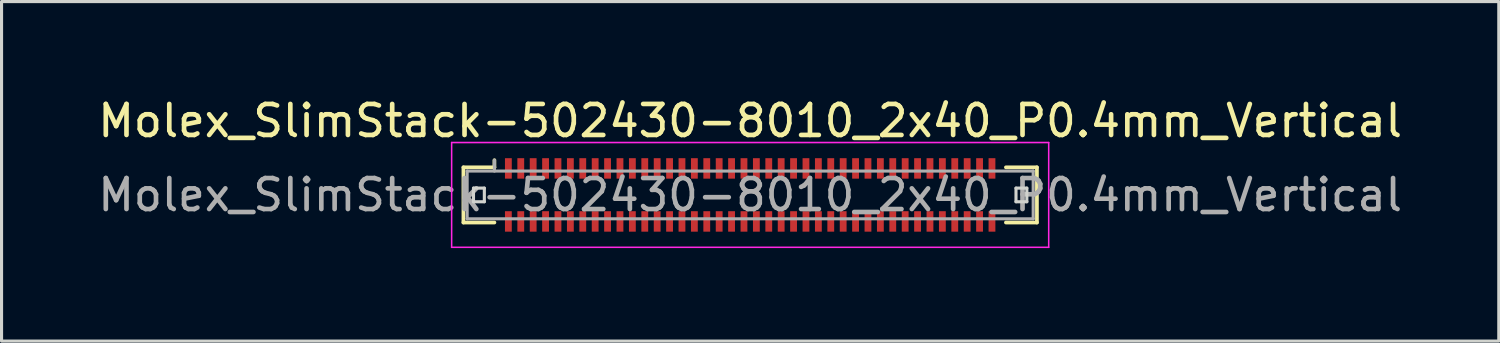
<source format=kicad_pcb>
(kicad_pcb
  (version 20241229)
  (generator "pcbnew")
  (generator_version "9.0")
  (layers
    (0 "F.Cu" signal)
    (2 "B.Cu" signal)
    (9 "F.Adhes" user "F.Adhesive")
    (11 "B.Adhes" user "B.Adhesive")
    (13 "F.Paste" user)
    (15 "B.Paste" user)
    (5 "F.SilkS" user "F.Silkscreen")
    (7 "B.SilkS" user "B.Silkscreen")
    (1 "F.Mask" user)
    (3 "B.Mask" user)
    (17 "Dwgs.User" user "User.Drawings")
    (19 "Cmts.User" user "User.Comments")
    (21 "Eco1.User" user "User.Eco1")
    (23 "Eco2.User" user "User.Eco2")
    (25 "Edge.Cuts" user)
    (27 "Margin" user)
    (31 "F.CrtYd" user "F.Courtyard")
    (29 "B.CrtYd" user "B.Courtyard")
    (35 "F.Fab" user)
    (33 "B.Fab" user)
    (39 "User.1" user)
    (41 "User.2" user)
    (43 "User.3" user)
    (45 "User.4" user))
  (footprint "Molex_SlimStack-502430-8010_2x40_P0.4mm_Vertical"
    (layer "F.Cu")
    (at 21.149 3.238)
    (property "Reference" "Molex_SlimStack-502430-8010_2x40_P0.4mm_Vertical" (at 0 -2.39 0) (layer "F.SilkS") (effects (font (size 1 1) (thickness 0.15))))
    (attr smd)
    (fp_line (start -9.25 -0.89) (end -8.25 -0.89) (stroke (width 0.12) (type solid)) (layer "F.SilkS"))
    (fp_line (start -9.25 0.89) (end -9.25 -0.89) (stroke (width 0.12) (type solid)) (layer "F.SilkS"))
    (fp_line (start -8.25 -0.89) (end -8.25 -1.12) (stroke (width 0.12) (type solid)) (layer "F.SilkS"))
    (fp_line (start -8.25 0.89) (end -9.25 0.89) (stroke (width 0.12) (type solid)) (layer "F.SilkS"))
    (fp_line (start 8.25 0.89) (end 9.25 0.89) (stroke (width 0.12) (type solid)) (layer "F.SilkS"))
    (fp_line (start 9.25 -0.89) (end 8.25 -0.89) (stroke (width 0.12) (type solid)) (layer "F.SilkS"))
    (fp_line (start 9.25 0.89) (end 9.25 -0.89) (stroke (width 0.12) (type solid)) (layer "F.SilkS"))
    (fp_line (start -8.925 -0.22) (end -8.925 0.22) (stroke (width 0.1) (type solid)) (layer "Edge.Cuts"))
    (fp_line (start -8.925 0.22) (end -8.575 0.22) (stroke (width 0.1) (type solid)) (layer "Edge.Cuts"))
    (fp_line (start -8.575 -0.22) (end -8.925 -0.22) (stroke (width 0.1) (type solid)) (layer "Edge.Cuts"))
    (fp_line (start -8.575 0.22) (end -8.575 -0.22) (stroke (width 0.1) (type solid)) (layer "Edge.Cuts"))
    (fp_line (start 8.575 -0.22) (end 8.575 0.22) (stroke (width 0.1) (type solid)) (layer "Edge.Cuts"))
    (fp_line (start 8.575 0.22) (end 8.925 0.22) (stroke (width 0.1) (type solid)) (layer "Edge.Cuts"))
    (fp_line (start 8.925 -0.22) (end 8.575 -0.22) (stroke (width 0.1) (type solid)) (layer "Edge.Cuts"))
    (fp_line (start 8.925 0.22) (end 8.925 -0.22) (stroke (width 0.1) (type solid)) (layer "Edge.Cuts"))
    (fp_line (start -9.63 -1.69) (end -9.63 1.69) (stroke (width 0.05) (type solid)) (layer "F.CrtYd"))
    (fp_line (start -9.63 1.69) (end 9.63 1.69) (stroke (width 0.05) (type solid)) (layer "F.CrtYd"))
    (fp_line (start 9.63 -1.69) (end -9.63 -1.69) (stroke (width 0.05) (type solid)) (layer "F.CrtYd"))
    (fp_line (start 9.63 1.69) (end 9.63 -1.69) (stroke (width 0.05) (type solid)) (layer "F.CrtYd"))
    (fp_line (start -9.13 -0.77) (end -9.13 0.77) (stroke (width 0.1) (type solid)) (layer "F.Fab"))
    (fp_line (start -9.13 0.77) (end 9.13 0.77) (stroke (width 0.1) (type solid)) (layer "F.Fab"))
    (fp_line (start -8.25 -0.77) (end -8.25 -1.12) (stroke (width 0.1) (type solid)) (layer "F.Fab"))
    (fp_line (start 9.13 -0.77) (end -9.13 -0.77) (stroke (width 0.1) (type solid)) (layer "F.Fab"))
    (fp_line (start 9.13 0.77) (end 9.13 -0.77) (stroke (width 0.1) (type solid)) (layer "F.Fab"))
    (fp_text user "${REFERENCE}" (at 0 0 0) (layer "F.Fab") (effects (font (size 1 1) (thickness 0.15))))
    (pad "1" smd rect (at -7.8 -0.855) (size 0.22 0.66) (layers "F.Cu" "F.Mask" "F.Paste"))
    (pad "2" smd rect (at -7.8 0.855) (size 0.22 0.66) (layers "F.Cu" "F.Mask" "F.Paste"))
    (pad "3" smd rect (at -7.4 -0.855) (size 0.22 0.66) (layers "F.Cu" "F.Mask" "F.Paste"))
    (pad "4" smd rect (at -7.4 0.855) (size 0.22 0.66) (layers "F.Cu" "F.Mask" "F.Paste"))
    (pad "5" smd rect (at -7 -0.855) (size 0.22 0.66) (layers "F.Cu" "F.Mask" "F.Paste"))
    (pad "6" smd rect (at -7 0.855) (size 0.22 0.66) (layers "F.Cu" "F.Mask" "F.Paste"))
    (pad "7" smd rect (at -6.6 -0.855) (size 0.22 0.66) (layers "F.Cu" "F.Mask" "F.Paste"))
    (pad "8" smd rect (at -6.6 0.855) (size 0.22 0.66) (layers "F.Cu" "F.Mask" "F.Paste"))
    (pad "9" smd rect (at -6.2 -0.855) (size 0.22 0.66) (layers "F.Cu" "F.Mask" "F.Paste"))
    (pad "10" smd rect (at -6.2 0.855) (size 0.22 0.66) (layers "F.Cu" "F.Mask" "F.Paste"))
    (pad "11" smd rect (at -5.8 -0.855) (size 0.22 0.66) (layers "F.Cu" "F.Mask" "F.Paste"))
    (pad "12" smd rect (at -5.8 0.855) (size 0.22 0.66) (layers "F.Cu" "F.Mask" "F.Paste"))
    (pad "13" smd rect (at -5.4 -0.855) (size 0.22 0.66) (layers "F.Cu" "F.Mask" "F.Paste"))
    (pad "14" smd rect (at -5.4 0.855) (size 0.22 0.66) (layers "F.Cu" "F.Mask" "F.Paste"))
    (pad "15" smd rect (at -5 -0.855) (size 0.22 0.66) (layers "F.Cu" "F.Mask" "F.Paste"))
    (pad "16" smd rect (at -5 0.855) (size 0.22 0.66) (layers "F.Cu" "F.Mask" "F.Paste"))
    (pad "17" smd rect (at -4.6 -0.855) (size 0.22 0.66) (layers "F.Cu" "F.Mask" "F.Paste"))
    (pad "18" smd rect (at -4.6 0.855) (size 0.22 0.66) (layers "F.Cu" "F.Mask" "F.Paste"))
    (pad "19" smd rect (at -4.2 -0.855) (size 0.22 0.66) (layers "F.Cu" "F.Mask" "F.Paste"))
    (pad "20" smd rect (at -4.2 0.855) (size 0.22 0.66) (layers "F.Cu" "F.Mask" "F.Paste"))
    (pad "21" smd rect (at -3.8 -0.855) (size 0.22 0.66) (layers "F.Cu" "F.Mask" "F.Paste"))
    (pad "22" smd rect (at -3.8 0.855) (size 0.22 0.66) (layers "F.Cu" "F.Mask" "F.Paste"))
    (pad "23" smd rect (at -3.4 -0.855) (size 0.22 0.66) (layers "F.Cu" "F.Mask" "F.Paste"))
    (pad "24" smd rect (at -3.4 0.855) (size 0.22 0.66) (layers "F.Cu" "F.Mask" "F.Paste"))
    (pad "25" smd rect (at -3 -0.855) (size 0.22 0.66) (layers "F.Cu" "F.Mask" "F.Paste"))
    (pad "26" smd rect (at -3 0.855) (size 0.22 0.66) (layers "F.Cu" "F.Mask" "F.Paste"))
    (pad "27" smd rect (at -2.6 -0.855) (size 0.22 0.66) (layers "F.Cu" "F.Mask" "F.Paste"))
    (pad "28" smd rect (at -2.6 0.855) (size 0.22 0.66) (layers "F.Cu" "F.Mask" "F.Paste"))
    (pad "29" smd rect (at -2.2 -0.855) (size 0.22 0.66) (layers "F.Cu" "F.Mask" "F.Paste"))
    (pad "30" smd rect (at -2.2 0.855) (size 0.22 0.66) (layers "F.Cu" "F.Mask" "F.Paste"))
    (pad "31" smd rect (at -1.8 -0.855) (size 0.22 0.66) (layers "F.Cu" "F.Mask" "F.Paste"))
    (pad "32" smd rect (at -1.8 0.855) (size 0.22 0.66) (layers "F.Cu" "F.Mask" "F.Paste"))
    (pad "33" smd rect (at -1.4 -0.855) (size 0.22 0.66) (layers "F.Cu" "F.Mask" "F.Paste"))
    (pad "34" smd rect (at -1.4 0.855) (size 0.22 0.66) (layers "F.Cu" "F.Mask" "F.Paste"))
    (pad "35" smd rect (at -1 -0.855) (size 0.22 0.66) (layers "F.Cu" "F.Mask" "F.Paste"))
    (pad "36" smd rect (at -1 0.855) (size 0.22 0.66) (layers "F.Cu" "F.Mask" "F.Paste"))
    (pad "37" smd rect (at -0.6 -0.855) (size 0.22 0.66) (layers "F.Cu" "F.Mask" "F.Paste"))
    (pad "38" smd rect (at -0.6 0.855) (size 0.22 0.66) (layers "F.Cu" "F.Mask" "F.Paste"))
    (pad "39" smd rect (at -0.2 -0.855) (size 0.22 0.66) (layers "F.Cu" "F.Mask" "F.Paste"))
    (pad "40" smd rect (at -0.2 0.855) (size 0.22 0.66) (layers "F.Cu" "F.Mask" "F.Paste"))
    (pad "41" smd rect (at 0.2 -0.855) (size 0.22 0.66) (layers "F.Cu" "F.Mask" "F.Paste"))
    (pad "42" smd rect (at 0.2 0.855) (size 0.22 0.66) (layers "F.Cu" "F.Mask" "F.Paste"))
    (pad "43" smd rect (at 0.6 -0.855) (size 0.22 0.66) (layers "F.Cu" "F.Mask" "F.Paste"))
    (pad "44" smd rect (at 0.6 0.855) (size 0.22 0.66) (layers "F.Cu" "F.Mask" "F.Paste"))
    (pad "45" smd rect (at 1 -0.855) (size 0.22 0.66) (layers "F.Cu" "F.Mask" "F.Paste"))
    (pad "46" smd rect (at 1 0.855) (size 0.22 0.66) (layers "F.Cu" "F.Mask" "F.Paste"))
    (pad "47" smd rect (at 1.4 -0.855) (size 0.22 0.66) (layers "F.Cu" "F.Mask" "F.Paste"))
    (pad "48" smd rect (at 1.4 0.855) (size 0.22 0.66) (layers "F.Cu" "F.Mask" "F.Paste"))
    (pad "49" smd rect (at 1.8 -0.855) (size 0.22 0.66) (layers "F.Cu" "F.Mask" "F.Paste"))
    (pad "50" smd rect (at 1.8 0.855) (size 0.22 0.66) (layers "F.Cu" "F.Mask" "F.Paste"))
    (pad "51" smd rect (at 2.2 -0.855) (size 0.22 0.66) (layers "F.Cu" "F.Mask" "F.Paste"))
    (pad "52" smd rect (at 2.2 0.855) (size 0.22 0.66) (layers "F.Cu" "F.Mask" "F.Paste"))
    (pad "53" smd rect (at 2.6 -0.855) (size 0.22 0.66) (layers "F.Cu" "F.Mask" "F.Paste"))
    (pad "54" smd rect (at 2.6 0.855) (size 0.22 0.66) (layers "F.Cu" "F.Mask" "F.Paste"))
    (pad "55" smd rect (at 3 -0.855) (size 0.22 0.66) (layers "F.Cu" "F.Mask" "F.Paste"))
    (pad "56" smd rect (at 3 0.855) (size 0.22 0.66) (layers "F.Cu" "F.Mask" "F.Paste"))
    (pad "57" smd rect (at 3.4 -0.855) (size 0.22 0.66) (layers "F.Cu" "F.Mask" "F.Paste"))
    (pad "58" smd rect (at 3.4 0.855) (size 0.22 0.66) (layers "F.Cu" "F.Mask" "F.Paste"))
    (pad "59" smd rect (at 3.8 -0.855) (size 0.22 0.66) (layers "F.Cu" "F.Mask" "F.Paste"))
    (pad "60" smd rect (at 3.8 0.855) (size 0.22 0.66) (layers "F.Cu" "F.Mask" "F.Paste"))
    (pad "61" smd rect (at 4.2 -0.855) (size 0.22 0.66) (layers "F.Cu" "F.Mask" "F.Paste"))
    (pad "62" smd rect (at 4.2 0.855) (size 0.22 0.66) (layers "F.Cu" "F.Mask" "F.Paste"))
    (pad "63" smd rect (at 4.6 -0.855) (size 0.22 0.66) (layers "F.Cu" "F.Mask" "F.Paste"))
    (pad "64" smd rect (at 4.6 0.855) (size 0.22 0.66) (layers "F.Cu" "F.Mask" "F.Paste"))
    (pad "65" smd rect (at 5 -0.855) (size 0.22 0.66) (layers "F.Cu" "F.Mask" "F.Paste"))
    (pad "66" smd rect (at 5 0.855) (size 0.22 0.66) (layers "F.Cu" "F.Mask" "F.Paste"))
    (pad "67" smd rect (at 5.4 -0.855) (size 0.22 0.66) (layers "F.Cu" "F.Mask" "F.Paste"))
    (pad "68" smd rect (at 5.4 0.855) (size 0.22 0.66) (layers "F.Cu" "F.Mask" "F.Paste"))
    (pad "69" smd rect (at 5.8 -0.855) (size 0.22 0.66) (layers "F.Cu" "F.Mask" "F.Paste"))
    (pad "70" smd rect (at 5.8 0.855) (size 0.22 0.66) (layers "F.Cu" "F.Mask" "F.Paste"))
    (pad "71" smd rect (at 6.2 -0.855) (size 0.22 0.66) (layers "F.Cu" "F.Mask" "F.Paste"))
    (pad "72" smd rect (at 6.2 0.855) (size 0.22 0.66) (layers "F.Cu" "F.Mask" "F.Paste"))
    (pad "73" smd rect (at 6.6 -0.855) (size 0.22 0.66) (layers "F.Cu" "F.Mask" "F.Paste"))
    (pad "74" smd rect (at 6.6 0.855) (size 0.22 0.66) (layers "F.Cu" "F.Mask" "F.Paste"))
    (pad "75" smd rect (at 7 -0.855) (size 0.22 0.66) (layers "F.Cu" "F.Mask" "F.Paste"))
    (pad "76" smd rect (at 7 0.855) (size 0.22 0.66) (layers "F.Cu" "F.Mask" "F.Paste"))
    (pad "77" smd rect (at 7.4 -0.855) (size 0.22 0.66) (layers "F.Cu" "F.Mask" "F.Paste"))
    (pad "78" smd rect (at 7.4 0.855) (size 0.22 0.66) (layers "F.Cu" "F.Mask" "F.Paste"))
    (pad "79" smd rect (at 7.8 -0.855) (size 0.22 0.66) (layers "F.Cu" "F.Mask" "F.Paste"))
    (pad "80" smd rect (at 7.8 0.855) (size 0.22 0.66) (layers "F.Cu" "F.Mask" "F.Paste")))
  (gr_rect
    (start -3 -3)
    (end 45.298 7.953)
    (stroke (width 0.1) (type default))
    (fill no)
    (layer "Edge.Cuts")))
</source>
